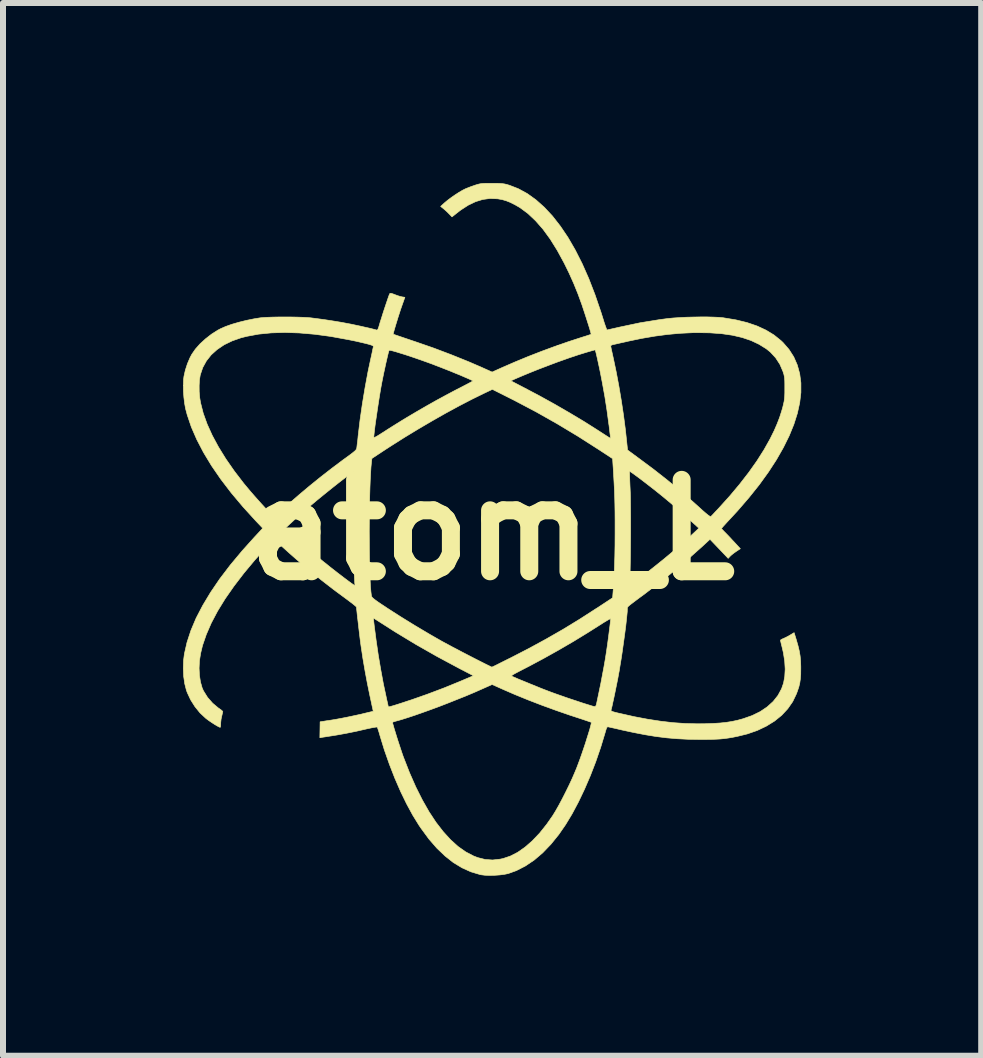
<source format=kicad_pcb>
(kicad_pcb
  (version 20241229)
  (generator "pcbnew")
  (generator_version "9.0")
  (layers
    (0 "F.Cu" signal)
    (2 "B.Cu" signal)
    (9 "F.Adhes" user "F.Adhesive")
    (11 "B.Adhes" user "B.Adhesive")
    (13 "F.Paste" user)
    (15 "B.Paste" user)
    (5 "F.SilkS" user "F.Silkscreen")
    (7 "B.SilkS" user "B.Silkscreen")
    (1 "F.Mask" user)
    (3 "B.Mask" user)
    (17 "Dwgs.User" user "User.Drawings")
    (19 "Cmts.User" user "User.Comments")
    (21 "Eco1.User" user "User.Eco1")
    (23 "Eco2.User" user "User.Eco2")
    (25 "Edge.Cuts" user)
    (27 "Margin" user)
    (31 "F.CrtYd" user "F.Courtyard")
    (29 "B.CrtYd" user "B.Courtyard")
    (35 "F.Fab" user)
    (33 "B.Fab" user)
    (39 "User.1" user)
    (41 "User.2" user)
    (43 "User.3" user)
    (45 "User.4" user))
  (footprint "atom_L"
    (layer "F.Cu")
    (at 5.154 5.782)
    (property "Reference" "atom_L" (at 0 0 0) (layer "F.SilkS") (effects (font (size 1.524 1.524) (thickness 0.3))))
    (attr through_hole)
    (fp_poly (pts (xy 0.069 0.576) (xy 0.11 0.601) (xy 0.137 0.638) (xy 0.144 0.657) (xy 0.143 0.702) (xy 0.126 0.746) (xy 0.096 0.781) (xy 0.082 0.79) (xy 0.035 0.806) (xy -0.01 0.802) (xy -0.042 0.786) (xy -0.078 0.753) (xy -0.095 0.713) (xy -0.097 0.669) (xy -0.083 0.628) (xy -0.055 0.594) (xy -0.015 0.572) (xy 0.023 0.566) (xy 0.069 0.576)) (stroke (width 0.01) (type solid)) (fill yes) (layer "F.Mask"))
    (fp_poly (pts (xy 0.052 -0.803) (xy 0.076 -0.793) (xy 0.113 -0.764) (xy 0.138 -0.722) (xy 0.147 -0.676) (xy 0.144 -0.659) (xy 0.124 -0.616) (xy 0.088 -0.584) (xy 0.043 -0.564) (xy -0.006 -0.562) (xy -0.007 -0.562) (xy -0.031 -0.573) (xy -0.058 -0.595) (xy -0.065 -0.601) (xy -0.092 -0.644) (xy -0.099 -0.69) (xy -0.087 -0.735) (xy -0.059 -0.772) (xy -0.015 -0.797) (xy -0.011 -0.798) (xy 0.024 -0.806) (xy 0.052 -0.803)) (stroke (width 0.01) (type solid)) (fill yes) (layer "F.Mask"))
    (fp_poly (pts (xy 4.61 0.492) (xy 4.715 0.517) (xy 4.813 0.562) (xy 4.904 0.628) (xy 4.938 0.661) (xy 5.009 0.748) (xy 5.058 0.84) (xy 5.086 0.94) (xy 5.095 1.051) (xy 5.095 1.052) (xy 5.083 1.159) (xy 5.051 1.261) (xy 5 1.356) (xy 4.933 1.44) (xy 4.852 1.509) (xy 4.758 1.562) (xy 4.737 1.57) (xy 4.673 1.588) (xy 4.596 1.599) (xy 4.515 1.602) (xy 4.44 1.597) (xy 4.388 1.587) (xy 4.283 1.546) (xy 4.19 1.486) (xy 4.11 1.409) (xy 4.046 1.316) (xy 4.008 1.233) (xy 3.981 1.129) (xy 3.976 1.023) (xy 3.991 0.919) (xy 4.025 0.82) (xy 4.077 0.729) (xy 4.146 0.648) (xy 4.23 0.581) (xy 4.287 0.548) (xy 4.394 0.508) (xy 4.503 0.489) (xy 4.61 0.492)) (stroke (width 0.01) (type solid)) (fill yes) (layer "F.Mask"))
    (fp_poly (pts (xy -1.259 -5.25) (xy -1.156 -5.23) (xy -1.059 -5.192) (xy -0.971 -5.136) (xy -0.895 -5.065) (xy -0.832 -4.98) (xy -0.786 -4.883) (xy -0.767 -4.816) (xy -0.754 -4.708) (xy -0.762 -4.601) (xy -0.79 -4.499) (xy -0.835 -4.404) (xy -0.898 -4.319) (xy -0.975 -4.248) (xy -1.065 -4.192) (xy -1.122 -4.168) (xy -1.2 -4.149) (xy -1.286 -4.139) (xy -1.371 -4.139) (xy -1.446 -4.15) (xy -1.446 -4.15) (xy -1.539 -4.183) (xy -1.622 -4.23) (xy -1.701 -4.297) (xy -1.709 -4.305) (xy -1.777 -4.385) (xy -1.825 -4.467) (xy -1.855 -4.556) (xy -1.869 -4.658) (xy -1.87 -4.702) (xy -1.861 -4.807) (xy -1.834 -4.902) (xy -1.786 -4.991) (xy -1.716 -5.077) (xy -1.641 -5.145) (xy -1.56 -5.195) (xy -1.474 -5.229) (xy -1.366 -5.251) (xy -1.259 -5.25)) (stroke (width 0.01) (type solid)) (fill yes) (layer "F.Mask"))
    (fp_poly (pts (xy -3.555 2.701) (xy -3.55 2.702) (xy -3.442 2.74) (xy -3.344 2.797) (xy -3.257 2.871) (xy -3.186 2.959) (xy -3.132 3.059) (xy -3.1 3.155) (xy -3.083 3.272) (xy -3.09 3.385) (xy -3.118 3.493) (xy -3.168 3.596) (xy -3.241 3.691) (xy -3.263 3.715) (xy -3.343 3.785) (xy -3.427 3.837) (xy -3.522 3.872) (xy -3.574 3.885) (xy -3.648 3.898) (xy -3.713 3.9) (xy -3.778 3.893) (xy -3.816 3.885) (xy -3.93 3.848) (xy -4.032 3.793) (xy -4.12 3.719) (xy -4.194 3.63) (xy -4.25 3.526) (xy -4.276 3.453) (xy -4.293 3.363) (xy -4.294 3.264) (xy -4.281 3.163) (xy -4.255 3.068) (xy -4.228 3.008) (xy -4.198 2.962) (xy -4.155 2.91) (xy -4.104 2.857) (xy -4.051 2.809) (xy -4.002 2.771) (xy -3.977 2.757) (xy -3.877 2.717) (xy -3.768 2.694) (xy -3.659 2.688) (xy -3.555 2.701)) (stroke (width 0.01) (type solid)) (fill yes) (layer "F.Mask"))
    (fp_poly (pts (xy 0.032 -1.608) (xy 0.074 -1.602) (xy 0.119 -1.588) (xy 0.13 -1.583) (xy 0.15 -1.569) (xy 0.185 -1.54) (xy 0.234 -1.495) (xy 0.298 -1.434) (xy 0.378 -1.357) (xy 0.473 -1.264) (xy 0.583 -1.155) (xy 0.658 -1.08) (xy 1.137 -0.6) (xy 0.635 -0.099) (xy 0.532 0.005) (xy 0.443 0.093) (xy 0.369 0.167) (xy 0.306 0.229) (xy 0.255 0.278) (xy 0.214 0.317) (xy 0.182 0.347) (xy 0.157 0.368) (xy 0.138 0.383) (xy 0.124 0.391) (xy 0.114 0.395) (xy 0.107 0.396) (xy 0.104 0.395) (xy 0.042 0.387) (xy -0.028 0.393) (xy -0.093 0.411) (xy -0.111 0.419) (xy -0.177 0.465) (xy -0.227 0.524) (xy -0.26 0.592) (xy -0.274 0.667) (xy -0.269 0.744) (xy -0.244 0.818) (xy -0.21 0.866) (xy -0.163 0.912) (xy -0.111 0.949) (xy -0.064 0.97) (xy 0.017 0.982) (xy 0.094 0.973) (xy 0.164 0.947) (xy 0.225 0.904) (xy 0.272 0.847) (xy 0.304 0.779) (xy 0.317 0.7) (xy 0.317 0.693) (xy 0.316 0.65) (xy 0.313 0.614) (xy 0.309 0.594) (xy 0.309 0.588) (xy 0.315 0.576) (xy 0.326 0.56) (xy 0.345 0.537) (xy 0.373 0.506) (xy 0.41 0.466) (xy 0.458 0.417) (xy 0.518 0.356) (xy 0.59 0.282) (xy 0.677 0.195) (xy 0.778 0.093) (xy 0.802 0.069) (xy 1.304 -0.433) (xy 1.438 -0.3) (xy 1.502 -0.235) (xy 1.551 -0.182) (xy 1.586 -0.138) (xy 1.61 -0.1) (xy 1.624 -0.065) (xy 1.63 -0.029) (xy 1.632 -0.001) (xy 1.627 0.052) (xy 1.615 0.097) (xy 1.611 0.104) (xy 1.6 0.119) (xy 1.573 0.148) (xy 1.533 0.191) (xy 1.481 0.246) (xy 1.418 0.311) (xy 1.347 0.385) (xy 1.267 0.466) (xy 1.181 0.553) (xy 1.09 0.645) (xy 0.997 0.74) (xy 0.901 0.836) (xy 0.805 0.932) (xy 0.709 1.027) (xy 0.617 1.12) (xy 0.528 1.207) (xy 0.445 1.29) (xy 0.369 1.364) (xy 0.301 1.431) (xy 0.243 1.487) (xy 0.196 1.531) (xy 0.162 1.562) (xy 0.142 1.579) (xy 0.139 1.581) (xy 0.081 1.602) (xy 0.019 1.61) (xy -0.031 1.606) (xy -0.065 1.593) (xy -0.102 1.574) (xy -0.106 1.572) (xy -0.121 1.56) (xy -0.151 1.533) (xy -0.193 1.492) (xy -0.248 1.439) (xy -0.312 1.377) (xy -0.385 1.306) (xy -0.464 1.227) (xy -0.549 1.143) (xy -0.618 1.074) (xy -1.091 0.6) (xy -0.589 0.099) (xy -0.087 -0.403) (xy -0.032 -0.39) (xy 0.042 -0.384) (xy 0.115 -0.399) (xy 0.184 -0.434) (xy 0.244 -0.485) (xy 0.283 -0.536) (xy 0.301 -0.569) (xy 0.312 -0.598) (xy 0.316 -0.633) (xy 0.317 -0.68) (xy 0.311 -0.754) (xy 0.292 -0.814) (xy 0.258 -0.867) (xy 0.229 -0.897) (xy 0.164 -0.945) (xy 0.093 -0.972) (xy 0.018 -0.98) (xy -0.056 -0.969) (xy -0.125 -0.94) (xy -0.186 -0.894) (xy -0.236 -0.83) (xy -0.246 -0.814) (xy -0.261 -0.769) (xy -0.27 -0.711) (xy -0.271 -0.652) (xy -0.263 -0.601) (xy -0.263 -0.6) (xy -0.262 -0.593) (xy -0.265 -0.584) (xy -0.272 -0.571) (xy -0.284 -0.555) (xy -0.303 -0.532) (xy -0.329 -0.503) (xy -0.365 -0.465) (xy -0.41 -0.418) (xy -0.467 -0.359) (xy -0.537 -0.289) (xy -0.62 -0.206) (xy -0.718 -0.108) (xy -0.757 -0.069) (xy -1.258 0.433) (xy -1.397 0.294) (xy -1.449 0.241) (xy -1.495 0.191) (xy -1.531 0.148) (xy -1.555 0.116) (xy -1.56 0.106) (xy -1.581 0.038) (xy -1.582 -0.033) (xy -1.562 -0.102) (xy -1.56 -0.106) (xy -1.549 -0.122) (xy -1.526 -0.15) (xy -1.489 -0.19) (xy -1.44 -0.243) (xy -1.377 -0.309) (xy -1.299 -0.388) (xy -1.207 -0.482) (xy -1.099 -0.591) (xy -0.976 -0.714) (xy -0.837 -0.853) (xy -0.823 -0.867) (xy -0.696 -0.994) (xy -0.584 -1.105) (xy -0.487 -1.203) (xy -0.402 -1.286) (xy -0.329 -1.358) (xy -0.267 -1.418) (xy -0.215 -1.467) (xy -0.171 -1.507) (xy -0.134 -1.539) (xy -0.103 -1.563) (xy -0.078 -1.581) (xy -0.056 -1.594) (xy -0.038 -1.602) (xy -0.02 -1.606) (xy -0.004 -1.608) (xy 0.013 -1.608) (xy 0.032 -1.608)) (stroke (width 0.01) (type solid)) (fill yes) (layer "F.Mask"))
    (fp_poly (pts (xy 0.067 -5.777) (xy 0.121 -5.775) (xy 0.164 -5.772) (xy 0.201 -5.767) (xy 0.237 -5.759) (xy 0.278 -5.747) (xy 0.282 -5.746) (xy 0.434 -5.687) (xy 0.583 -5.606) (xy 0.728 -5.502) (xy 0.868 -5.377) (xy 1.004 -5.231) (xy 1.135 -5.063) (xy 1.262 -4.875) (xy 1.383 -4.666) (xy 1.499 -4.437) (xy 1.609 -4.188) (xy 1.713 -3.919) (xy 1.811 -3.632) (xy 1.846 -3.521) (xy 1.865 -3.459) (xy 1.883 -3.406) (xy 1.898 -3.365) (xy 1.908 -3.339) (xy 1.913 -3.333) (xy 1.927 -3.336) (xy 1.959 -3.343) (xy 2.007 -3.354) (xy 2.065 -3.367) (xy 2.126 -3.381) (xy 2.462 -3.452) (xy 2.788 -3.505) (xy 2.924 -3.523) (xy 3.015 -3.532) (xy 3.12 -3.539) (xy 3.234 -3.545) (xy 3.352 -3.548) (xy 3.47 -3.55) (xy 3.584 -3.55) (xy 3.688 -3.547) (xy 3.779 -3.543) (xy 3.851 -3.536) (xy 3.856 -3.535) (xy 4.061 -3.501) (xy 4.246 -3.456) (xy 4.413 -3.399) (xy 4.562 -3.33) (xy 4.694 -3.25) (xy 4.811 -3.156) (xy 4.845 -3.124) (xy 4.945 -3.009) (xy 5.025 -2.884) (xy 5.084 -2.749) (xy 5.124 -2.604) (xy 5.144 -2.451) (xy 5.144 -2.289) (xy 5.124 -2.12) (xy 5.085 -1.943) (xy 5.027 -1.76) (xy 4.949 -1.569) (xy 4.852 -1.373) (xy 4.737 -1.171) (xy 4.603 -0.965) (xy 4.45 -0.753) (xy 4.278 -0.538) (xy 4.089 -0.319) (xy 3.956 -0.175) (xy 3.912 -0.128) (xy 3.874 -0.086) (xy 3.844 -0.053) (xy 3.826 -0.031) (xy 3.822 -0.024) (xy 3.829 -0.012) (xy 3.849 0.009) (xy 3.863 0.024) (xy 3.886 0.047) (xy 3.921 0.083) (xy 3.963 0.127) (xy 4.007 0.175) (xy 4.02 0.188) (xy 4.135 0.313) (xy 4.068 0.357) (xy 4.027 0.386) (xy 3.989 0.416) (xy 3.966 0.437) (xy 3.932 0.474) (xy 3.781 0.315) (xy 3.629 0.156) (xy 3.497 0.278) (xy 3.206 0.537) (xy 2.894 0.795) (xy 2.559 1.052) (xy 2.54 1.067) (xy 2.459 1.126) (xy 2.395 1.174) (xy 2.346 1.211) (xy 2.309 1.239) (xy 2.283 1.26) (xy 2.266 1.275) (xy 2.257 1.287) (xy 2.252 1.296) (xy 2.251 1.305) (xy 2.251 1.315) (xy 2.251 1.32) (xy 2.25 1.362) (xy 2.244 1.423) (xy 2.236 1.501) (xy 2.226 1.593) (xy 2.213 1.695) (xy 2.198 1.805) (xy 2.182 1.919) (xy 2.166 2.034) (xy 2.149 2.147) (xy 2.131 2.255) (xy 2.115 2.355) (xy 2.106 2.401) (xy 2.093 2.474) (xy 2.077 2.554) (xy 2.06 2.637) (xy 2.043 2.721) (xy 2.026 2.802) (xy 2.01 2.874) (xy 1.997 2.935) (xy 1.986 2.98) (xy 1.979 3.004) (xy 1.98 3.012) (xy 1.991 3.021) (xy 2.014 3.03) (xy 2.053 3.041) (xy 2.111 3.055) (xy 2.121 3.057) (xy 2.365 3.112) (xy 2.592 3.155) (xy 2.807 3.188) (xy 3.013 3.212) (xy 3.215 3.226) (xy 3.415 3.231) (xy 3.547 3.23) (xy 3.681 3.225) (xy 3.797 3.218) (xy 3.901 3.207) (xy 3.996 3.192) (xy 4.089 3.172) (xy 4.18 3.147) (xy 4.331 3.094) (xy 4.466 3.028) (xy 4.583 2.949) (xy 4.682 2.859) (xy 4.762 2.758) (xy 4.822 2.647) (xy 4.855 2.552) (xy 4.875 2.443) (xy 4.882 2.32) (xy 4.874 2.187) (xy 4.852 2.047) (xy 4.831 1.956) (xy 4.819 1.909) (xy 4.81 1.87) (xy 4.804 1.845) (xy 4.803 1.838) (xy 4.813 1.829) (xy 4.837 1.816) (xy 4.854 1.809) (xy 4.893 1.791) (xy 4.939 1.767) (xy 4.968 1.75) (xy 5.031 1.712) (xy 5.067 1.829) (xy 5.096 1.93) (xy 5.117 2.018) (xy 5.131 2.1) (xy 5.139 2.184) (xy 5.142 2.276) (xy 5.142 2.315) (xy 5.141 2.408) (xy 5.135 2.484) (xy 5.125 2.553) (xy 5.109 2.619) (xy 5.084 2.692) (xy 5.069 2.733) (xy 5.007 2.862) (xy 4.925 2.98) (xy 4.824 3.089) (xy 4.704 3.186) (xy 4.568 3.27) (xy 4.417 3.342) (xy 4.25 3.4) (xy 4.087 3.44) (xy 4.008 3.456) (xy 3.937 3.468) (xy 3.871 3.477) (xy 3.803 3.484) (xy 3.73 3.488) (xy 3.647 3.491) (xy 3.55 3.492) (xy 3.446 3.492) (xy 3.261 3.489) (xy 3.083 3.48) (xy 2.908 3.465) (xy 2.731 3.443) (xy 2.547 3.413) (xy 2.351 3.375) (xy 2.165 3.335) (xy 2.097 3.319) (xy 2.036 3.305) (xy 1.986 3.294) (xy 1.95 3.286) (xy 1.933 3.282) (xy 1.921 3.282) (xy 1.911 3.291) (xy 1.901 3.313) (xy 1.889 3.351) (xy 1.883 3.373) (xy 1.808 3.621) (xy 1.725 3.863) (xy 1.634 4.098) (xy 1.537 4.323) (xy 1.436 4.535) (xy 1.331 4.732) (xy 1.223 4.911) (xy 1.113 5.07) (xy 1.113 5.071) (xy 0.979 5.237) (xy 0.841 5.381) (xy 0.699 5.502) (xy 0.552 5.601) (xy 0.402 5.678) (xy 0.266 5.727) (xy 0.203 5.74) (xy 0.126 5.75) (xy 0.041 5.756) (xy -0.044 5.758) (xy -0.123 5.755) (xy -0.188 5.747) (xy -0.202 5.744) (xy -0.356 5.698) (xy -0.504 5.631) (xy -0.648 5.544) (xy -0.787 5.434) (xy -0.923 5.304) (xy -1.056 5.151) (xy -1.185 4.975) (xy -1.22 4.924) (xy -1.325 4.754) (xy -1.428 4.564) (xy -1.528 4.358) (xy -1.624 4.137) (xy -1.714 3.906) (xy -1.798 3.667) (xy -1.871 3.429) (xy -1.886 3.376) (xy -1.9 3.332) (xy -1.911 3.3) (xy -1.917 3.286) (xy -1.931 3.285) (xy -1.963 3.29) (xy -2.009 3.298) (xy -2.065 3.31) (xy -2.097 3.317) (xy -2.263 3.355) (xy -2.43 3.389) (xy -2.59 3.418) (xy -2.69 3.434) (xy -2.744 3.442) (xy -2.792 3.45) (xy -2.828 3.455) (xy -2.842 3.458) (xy -2.873 3.463) (xy -2.869 3.208) (xy -1.663 3.208) (xy -1.659 3.225) (xy -1.649 3.26) (xy -1.635 3.31) (xy -1.616 3.371) (xy -1.595 3.44) (xy -1.572 3.513) (xy -1.548 3.586) (xy -1.525 3.656) (xy -1.504 3.719) (xy -1.486 3.771) (xy -1.478 3.792) (xy -1.378 4.048) (xy -1.274 4.284) (xy -1.165 4.501) (xy -1.053 4.698) (xy -0.937 4.874) (xy -0.817 5.029) (xy -0.695 5.163) (xy -0.57 5.276) (xy -0.442 5.366) (xy -0.312 5.434) (xy -0.242 5.461) (xy -0.119 5.492) (xy 0.005 5.501) (xy 0.131 5.487) (xy 0.179 5.477) (xy 0.301 5.436) (xy 0.424 5.373) (xy 0.547 5.287) (xy 0.668 5.181) (xy 0.789 5.054) (xy 0.907 4.906) (xy 1.007 4.763) (xy 1.055 4.685) (xy 1.109 4.59) (xy 1.166 4.483) (xy 1.224 4.369) (xy 1.281 4.253) (xy 1.334 4.139) (xy 1.38 4.032) (xy 1.405 3.972) (xy 1.433 3.898) (xy 1.463 3.817) (xy 1.493 3.732) (xy 1.523 3.644) (xy 1.552 3.558) (xy 1.578 3.474) (xy 1.602 3.398) (xy 1.623 3.33) (xy 1.638 3.275) (xy 1.648 3.234) (xy 1.651 3.211) (xy 1.65 3.206) (xy 1.638 3.202) (xy 1.607 3.191) (xy 1.56 3.175) (xy 1.498 3.154) (xy 1.424 3.13) (xy 1.342 3.103) (xy 1.287 3.085) (xy 1.059 3.006) (xy 0.826 2.921) (xy 0.595 2.832) (xy 0.372 2.741) (xy 0.181 2.658) (xy -0.002 2.576) (xy -0.171 2.651) (xy -0.3 2.708) (xy -0.438 2.766) (xy -0.583 2.824) (xy -0.731 2.883) (xy -0.878 2.94) (xy -1.024 2.994) (xy -1.163 3.044) (xy -1.294 3.09) (xy -1.412 3.129) (xy -1.517 3.162) (xy -1.603 3.186) (xy -1.611 3.188) (xy -1.641 3.197) (xy -1.66 3.205) (xy -1.663 3.208) (xy -2.869 3.208) (xy -2.869 3.198) (xy -2.834 3.192) (xy -2.805 3.188) (xy -2.763 3.181) (xy -2.719 3.175) (xy -2.625 3.16) (xy -2.516 3.14) (xy -2.4 3.117) (xy -2.283 3.092) (xy -2.173 3.068) (xy -2.155 3.063) (xy -1.983 3.022) (xy -1.99 2.992) (xy -1.994 2.971) (xy -2.003 2.932) (xy -2.014 2.879) (xy -2.028 2.815) (xy -2.043 2.746) (xy -2.043 2.745) (xy -2.082 2.555) (xy -2.12 2.351) (xy -2.156 2.141) (xy -2.181 1.974) (xy -2.188 1.928) (xy -2.196 1.869) (xy -2.205 1.798) (xy -2.214 1.721) (xy -2.224 1.64) (xy -2.233 1.56) (xy -2.242 1.483) (xy -2.244 1.466) (xy -1.982 1.466) (xy -1.967 1.596) (xy -1.935 1.842) (xy -1.899 2.089) (xy -1.858 2.331) (xy -1.815 2.563) (xy -1.772 2.764) (xy -1.759 2.826) (xy -1.747 2.878) (xy -1.738 2.919) (xy -1.733 2.944) (xy -1.732 2.949) (xy -1.721 2.948) (xy -1.691 2.941) (xy -1.642 2.927) (xy -1.578 2.907) (xy -1.5 2.882) (xy -1.41 2.852) (xy -1.351 2.833) (xy -1.078 2.737) (xy -0.8 2.632) (xy -0.536 2.524) (xy -0.326 2.435) (xy 0.323 2.435) (xy 0.324 2.436) (xy 0.344 2.446) (xy 0.382 2.462) (xy 0.434 2.485) (xy 0.498 2.511) (xy 0.569 2.54) (xy 0.644 2.571) (xy 0.721 2.602) (xy 0.794 2.632) (xy 0.862 2.659) (xy 0.92 2.681) (xy 0.932 2.686) (xy 0.994 2.709) (xy 1.066 2.735) (xy 1.146 2.763) (xy 1.231 2.793) (xy 1.317 2.822) (xy 1.402 2.85) (xy 1.482 2.877) (xy 1.554 2.9) (xy 1.616 2.919) (xy 1.663 2.934) (xy 1.695 2.942) (xy 1.704 2.944) (xy 1.72 2.94) (xy 1.731 2.923) (xy 1.74 2.89) (xy 1.74 2.889) (xy 1.777 2.713) (xy 1.81 2.555) (xy 1.837 2.411) (xy 1.862 2.279) (xy 1.884 2.153) (xy 1.903 2.031) (xy 1.921 1.908) (xy 1.938 1.781) (xy 1.945 1.726) (xy 1.954 1.655) (xy 1.962 1.592) (xy 1.968 1.539) (xy 1.972 1.502) (xy 1.974 1.483) (xy 1.974 1.481) (xy 1.965 1.482) (xy 1.94 1.494) (xy 1.903 1.516) (xy 1.856 1.544) (xy 1.827 1.563) (xy 1.595 1.71) (xy 1.353 1.858) (xy 1.104 2.003) (xy 0.857 2.141) (xy 0.616 2.27) (xy 0.451 2.355) (xy 0.39 2.387) (xy 0.349 2.41) (xy 0.327 2.426) (xy 0.323 2.435) (xy -0.326 2.435) (xy -0.314 2.43) (xy -0.547 2.309) (xy -0.918 2.11) (xy -1.275 1.907) (xy -1.625 1.695) (xy -1.952 1.486) (xy -1.982 1.466) (xy -2.244 1.466) (xy -2.25 1.414) (xy -2.256 1.356) (xy -2.261 1.313) (xy -2.263 1.289) (xy -2.263 1.286) (xy -2.272 1.275) (xy -2.297 1.254) (xy -2.334 1.224) (xy -2.382 1.188) (xy -2.427 1.154) (xy -2.641 0.996) (xy -2.855 0.83) (xy -3.064 0.661) (xy -3.262 0.492) (xy -3.387 0.382) (xy -3.44 0.334) (xy -3.491 0.288) (xy -3.537 0.247) (xy -3.572 0.216) (xy -3.588 0.202) (xy -3.64 0.156) (xy -3.743 0.266) (xy -3.951 0.495) (xy -4.138 0.719) (xy -4.305 0.937) (xy -4.452 1.148) (xy -4.578 1.353) (xy -4.683 1.552) (xy -4.766 1.743) (xy -4.829 1.926) (xy -4.861 2.059) (xy -4.88 2.181) (xy -4.886 2.304) (xy -4.88 2.424) (xy -4.863 2.534) (xy -4.835 2.632) (xy -4.814 2.68) (xy -4.745 2.791) (xy -4.66 2.888) (xy -4.562 2.97) (xy -4.552 2.976) (xy -4.521 2.998) (xy -4.499 3.017) (xy -4.491 3.026) (xy -4.494 3.041) (xy -4.501 3.072) (xy -4.508 3.102) (xy -4.519 3.152) (xy -4.525 3.205) (xy -4.526 3.229) (xy -4.527 3.263) (xy -4.531 3.286) (xy -4.535 3.29) (xy -4.552 3.284) (xy -4.584 3.267) (xy -4.625 3.243) (xy -4.671 3.213) (xy -4.717 3.182) (xy -4.758 3.152) (xy -4.777 3.137) (xy -4.87 3.05) (xy -4.955 2.945) (xy -5.027 2.831) (xy -5.083 2.711) (xy -5.097 2.673) (xy -5.125 2.564) (xy -5.143 2.44) (xy -5.149 2.309) (xy -5.145 2.177) (xy -5.131 2.066) (xy -5.087 1.873) (xy -5.022 1.675) (xy -4.935 1.469) (xy -4.825 1.258) (xy -4.694 1.04) (xy -4.541 0.815) (xy -4.365 0.584) (xy -4.167 0.347) (xy -3.965 0.122) (xy -3.827 -0.026) (xy -3.451 -0.026) (xy -3.304 0.107) (xy -3.199 0.202) (xy -3.102 0.287) (xy -3.006 0.369) (xy -2.906 0.453) (xy -2.794 0.545) (xy -2.782 0.553) (xy -2.716 0.607) (xy -2.646 0.662) (xy -2.577 0.716) (xy -2.509 0.768) (xy -2.447 0.815) (xy -2.392 0.856) (xy -2.347 0.889) (xy -2.314 0.912) (xy -2.296 0.923) (xy -2.293 0.924) (xy -2.288 0.914) (xy -2.29 0.898) (xy -2.292 0.88) (xy -2.294 0.842) (xy -2.297 0.788) (xy -2.301 0.719) (xy -2.305 0.639) (xy -2.308 0.551) (xy -2.31 0.508) (xy -2.314 0.374) (xy -2.317 0.225) (xy -2.318 0.067) (xy -2.318 0.021) (xy -2.05 0.021) (xy -2.049 0.175) (xy -2.048 0.325) (xy -2.046 0.469) (xy -2.043 0.605) (xy -2.04 0.731) (xy -2.035 0.844) (xy -2.03 0.941) (xy -2.023 1.022) (xy -2.016 1.082) (xy -2.013 1.101) (xy -2.008 1.113) (xy -1.998 1.127) (xy -1.979 1.144) (xy -1.95 1.167) (xy -1.909 1.197) (xy -1.853 1.235) (xy -1.78 1.283) (xy -1.757 1.299) (xy -1.526 1.447) (xy -1.283 1.597) (xy -1.035 1.744) (xy -0.843 1.854) (xy -0.795 1.88) (xy -0.735 1.912) (xy -0.665 1.95) (xy -0.588 1.99) (xy -0.507 2.033) (xy -0.424 2.076) (xy -0.341 2.119) (xy -0.263 2.159) (xy -0.19 2.196) (xy -0.125 2.229) (xy -0.072 2.255) (xy -0.033 2.274) (xy -0.01 2.285) (xy -0.006 2.286) (xy 0.006 2.281) (xy 0.036 2.267) (xy 0.081 2.245) (xy 0.138 2.216) (xy 0.206 2.182) (xy 0.282 2.144) (xy 0.309 2.131) (xy 0.613 1.974) (xy 0.901 1.817) (xy 1.18 1.657) (xy 1.457 1.488) (xy 1.739 1.306) (xy 1.745 1.303) (xy 2.006 1.131) (xy 2.013 1.042) (xy 2.024 0.899) (xy 2.024 0.885) (xy 2.288 0.885) (xy 2.288 0.913) (xy 2.291 0.924) (xy 2.291 0.924) (xy 2.302 0.917) (xy 2.329 0.899) (xy 2.367 0.871) (xy 2.413 0.837) (xy 2.439 0.818) (xy 2.579 0.71) (xy 2.723 0.596) (xy 2.867 0.48) (xy 3.007 0.363) (xy 3.139 0.25) (xy 3.259 0.143) (xy 3.341 0.067) (xy 3.444 -0.029) (xy 3.278 -0.18) (xy 3.127 -0.315) (xy 2.985 -0.438) (xy 2.846 -0.554) (xy 2.703 -0.669) (xy 2.551 -0.787) (xy 2.466 -0.852) (xy 2.412 -0.892) (xy 2.364 -0.927) (xy 2.326 -0.954) (xy 2.3 -0.971) (xy 2.289 -0.977) (xy 2.289 -0.977) (xy 2.288 -0.964) (xy 2.289 -0.932) (xy 2.29 -0.883) (xy 2.292 -0.82) (xy 2.295 -0.747) (xy 2.298 -0.683) (xy 2.301 -0.617) (xy 2.303 -0.533) (xy 2.304 -0.435) (xy 2.305 -0.326) (xy 2.306 -0.207) (xy 2.306 -0.082) (xy 2.306 0.046) (xy 2.305 0.174) (xy 2.304 0.299) (xy 2.303 0.42) (xy 2.301 0.531) (xy 2.299 0.632) (xy 2.297 0.719) (xy 2.294 0.789) (xy 2.291 0.839) (xy 2.29 0.846) (xy 2.288 0.885) (xy 2.024 0.885) (xy 2.032 0.752) (xy 2.038 0.599) (xy 2.043 0.436) (xy 2.046 0.258) (xy 2.047 0.062) (xy 2.047 -0.012) (xy 2.047 -0.166) (xy 2.046 -0.302) (xy 2.044 -0.426) (xy 2.041 -0.542) (xy 2.037 -0.656) (xy 2.031 -0.773) (xy 2.024 -0.897) (xy 2.016 -1.034) (xy 2.013 -1.076) (xy 2.006 -1.188) (xy 1.779 -1.337) (xy 1.43 -1.56) (xy 1.084 -1.768) (xy 0.734 -1.966) (xy 0.37 -2.158) (xy 0.235 -2.226) (xy 0.002 -2.343) (xy -0.135 -2.278) (xy -0.335 -2.18) (xy -0.549 -2.069) (xy -0.772 -1.948) (xy -1.001 -1.818) (xy -1.231 -1.683) (xy -1.46 -1.544) (xy -1.681 -1.404) (xy -1.791 -1.333) (xy -2.006 -1.191) (xy -2.013 -1.129) (xy -2.021 -1.05) (xy -2.027 -0.953) (xy -2.033 -0.841) (xy -2.038 -0.716) (xy -2.042 -0.58) (xy -2.045 -0.436) (xy -2.048 -0.287) (xy -2.049 -0.133) (xy -2.05 0.021) (xy -2.318 0.021) (xy -2.318 -0.096) (xy -2.316 -0.258) (xy -2.313 -0.417) (xy -2.309 -0.565) (xy -2.304 -0.7) (xy -2.298 -0.808) (xy -2.294 -0.867) (xy -2.292 -0.918) (xy -2.291 -0.956) (xy -2.291 -0.977) (xy -2.292 -0.98) (xy -2.303 -0.975) (xy -2.33 -0.958) (xy -2.371 -0.929) (xy -2.424 -0.89) (xy -2.487 -0.842) (xy -2.558 -0.787) (xy -2.634 -0.727) (xy -2.714 -0.663) (xy -2.796 -0.597) (xy -2.878 -0.53) (xy -2.927 -0.49) (xy -3.015 -0.416) (xy -3.091 -0.352) (xy -3.158 -0.293) (xy -3.223 -0.236) (xy -3.291 -0.175) (xy -3.366 -0.105) (xy -3.368 -0.104) (xy -3.451 -0.026) (xy -3.827 -0.026) (xy -3.825 -0.029) (xy -3.94 -0.15) (xy -4.155 -0.386) (xy -4.35 -0.618) (xy -4.525 -0.847) (xy -4.679 -1.071) (xy -4.812 -1.291) (xy -4.924 -1.506) (xy -5.015 -1.715) (xy -5.084 -1.919) (xy -5.111 -2.02) (xy -5.127 -2.108) (xy -5.139 -2.207) (xy -5.147 -2.311) (xy -5.148 -2.404) (xy -4.885 -2.404) (xy -4.884 -2.302) (xy -4.875 -2.2) (xy -4.861 -2.117) (xy -4.817 -1.945) (xy -4.752 -1.764) (xy -4.667 -1.576) (xy -4.563 -1.383) (xy -4.44 -1.184) (xy -4.299 -0.981) (xy -4.141 -0.775) (xy -4.024 -0.635) (xy -3.969 -0.572) (xy -3.912 -0.508) (xy -3.855 -0.444) (xy -3.8 -0.384) (xy -3.75 -0.33) (xy -3.706 -0.285) (xy -3.671 -0.249) (xy -3.646 -0.227) (xy -3.635 -0.219) (xy -3.623 -0.227) (xy -3.598 -0.247) (xy -3.564 -0.277) (xy -3.529 -0.31) (xy -3.381 -0.445) (xy -3.218 -0.587) (xy -3.043 -0.734) (xy -2.86 -0.882) (xy -2.675 -1.026) (xy -2.49 -1.165) (xy -2.425 -1.212) (xy -2.365 -1.256) (xy -2.322 -1.289) (xy -2.292 -1.314) (xy -2.273 -1.333) (xy -2.263 -1.349) (xy -2.258 -1.365) (xy -2.258 -1.366) (xy -2.255 -1.39) (xy -2.25 -1.433) (xy -2.243 -1.487) (xy -2.237 -1.545) (xy -1.974 -1.545) (xy -1.97 -1.541) (xy -1.955 -1.545) (xy -1.927 -1.559) (xy -1.886 -1.584) (xy -1.828 -1.621) (xy -1.81 -1.632) (xy -1.747 -1.673) (xy -1.671 -1.721) (xy -1.588 -1.773) (xy -1.504 -1.825) (xy -1.425 -1.873) (xy -1.42 -1.876) (xy -1.263 -1.969) (xy -1.099 -2.064) (xy -0.934 -2.157) (xy -0.772 -2.245) (xy -0.62 -2.326) (xy -0.522 -2.376) (xy -0.461 -2.408) (xy -0.407 -2.436) (xy -0.364 -2.459) (xy -0.335 -2.475) (xy -0.323 -2.483) (xy -0.323 -2.484) (xy -0.325 -2.485) (xy 0.31 -2.485) (xy 0.527 -2.372) (xy 0.783 -2.237) (xy 1.038 -2.096) (xy 1.287 -1.952) (xy 1.526 -1.809) (xy 1.749 -1.668) (xy 1.795 -1.638) (xy 1.851 -1.602) (xy 1.899 -1.571) (xy 1.937 -1.547) (xy 1.962 -1.532) (xy 1.97 -1.528) (xy 1.97 -1.539) (xy 1.967 -1.57) (xy 1.961 -1.617) (xy 1.954 -1.677) (xy 1.946 -1.745) (xy 1.944 -1.755) (xy 1.912 -1.993) (xy 1.877 -2.219) (xy 1.836 -2.445) (xy 1.817 -2.544) (xy 1.801 -2.626) (xy 1.784 -2.708) (xy 1.767 -2.786) (xy 1.752 -2.856) (xy 1.738 -2.916) (xy 1.727 -2.962) (xy 1.718 -2.991) (xy 1.715 -3) (xy 1.702 -2.998) (xy 1.672 -2.99) (xy 1.626 -2.977) (xy 1.568 -2.96) (xy 1.503 -2.94) (xy 1.432 -2.918) (xy 1.361 -2.894) (xy 1.291 -2.871) (xy 1.235 -2.851) (xy 1.083 -2.797) (xy 0.929 -2.739) (xy 0.777 -2.681) (xy 0.632 -2.623) (xy 0.499 -2.568) (xy 0.382 -2.518) (xy 0.36 -2.508) (xy 0.31 -2.485) (xy -0.325 -2.485) (xy -0.334 -2.491) (xy -0.363 -2.505) (xy -0.408 -2.525) (xy -0.466 -2.55) (xy -0.535 -2.58) (xy -0.612 -2.611) (xy -0.694 -2.645) (xy -0.778 -2.678) (xy -0.862 -2.711) (xy -0.943 -2.742) (xy -0.999 -2.764) (xy -1.093 -2.798) (xy -1.188 -2.832) (xy -1.283 -2.865) (xy -1.374 -2.896) (xy -1.46 -2.924) (xy -1.538 -2.948) (xy -1.606 -2.969) (xy -1.66 -2.984) (xy -1.698 -2.993) (xy -1.717 -2.995) (xy -1.719 -2.995) (xy -1.724 -2.981) (xy -1.733 -2.948) (xy -1.745 -2.899) (xy -1.759 -2.838) (xy -1.775 -2.769) (xy -1.791 -2.694) (xy -1.808 -2.617) (xy -1.823 -2.543) (xy -1.837 -2.473) (xy -1.841 -2.453) (xy -1.854 -2.383) (xy -1.868 -2.301) (xy -1.883 -2.21) (xy -1.898 -2.113) (xy -1.913 -2.015) (xy -1.927 -1.918) (xy -1.941 -1.825) (xy -1.953 -1.74) (xy -1.962 -1.665) (xy -1.969 -1.605) (xy -1.973 -1.563) (xy -1.974 -1.545) (xy -2.237 -1.545) (xy -2.237 -1.55) (xy -2.234 -1.576) (xy -2.203 -1.836) (xy -2.164 -2.106) (xy -2.119 -2.377) (xy -2.07 -2.641) (xy -2.03 -2.829) (xy -2.015 -2.897) (xy -2.002 -2.957) (xy -1.992 -3.007) (xy -1.984 -3.042) (xy -1.981 -3.058) (xy -1.981 -3.059) (xy -1.988 -3.068) (xy -2.01 -3.079) (xy -2.05 -3.092) (xy -2.107 -3.107) (xy -2.183 -3.125) (xy -2.279 -3.147) (xy -2.397 -3.171) (xy -2.413 -3.174) (xy -2.693 -3.225) (xy -2.96 -3.261) (xy -3.215 -3.283) (xy -3.457 -3.291) (xy -3.684 -3.284) (xy -3.895 -3.263) (xy -4.089 -3.227) (xy -4.185 -3.203) (xy -4.334 -3.151) (xy -4.468 -3.086) (xy -4.585 -3.007) (xy -4.684 -2.918) (xy -4.764 -2.817) (xy -4.825 -2.706) (xy -4.866 -2.585) (xy -4.867 -2.58) (xy -4.88 -2.5) (xy -4.885 -2.404) (xy -5.148 -2.404) (xy -5.148 -2.412) (xy -5.145 -2.504) (xy -5.138 -2.56) (xy -5.115 -2.663) (xy -5.08 -2.771) (xy -5.036 -2.873) (xy -5.008 -2.926) (xy -4.948 -3.013) (xy -4.87 -3.101) (xy -4.778 -3.185) (xy -4.678 -3.263) (xy -4.574 -3.329) (xy -4.531 -3.352) (xy -4.445 -3.39) (xy -4.341 -3.427) (xy -4.224 -3.461) (xy -4.099 -3.492) (xy -3.972 -3.518) (xy -3.868 -3.535) (xy -3.814 -3.54) (xy -3.742 -3.544) (xy -3.656 -3.547) (xy -3.56 -3.549) (xy -3.458 -3.549) (xy -3.356 -3.549) (xy -3.256 -3.547) (xy -3.165 -3.544) (xy -3.086 -3.54) (xy -3.025 -3.535) (xy -2.908 -3.52) (xy -2.778 -3.502) (xy -2.642 -3.481) (xy -2.509 -3.459) (xy -2.388 -3.436) (xy -2.35 -3.429) (xy -2.276 -3.413) (xy -2.2 -3.397) (xy -2.126 -3.38) (xy -2.058 -3.365) (xy -2 -3.351) (xy -1.955 -3.339) (xy -1.929 -3.332) (xy -1.926 -3.331) (xy -1.916 -3.332) (xy -1.905 -3.347) (xy -1.893 -3.378) (xy -1.882 -3.414) (xy -1.867 -3.466) (xy -1.847 -3.528) (xy -1.826 -3.596) (xy -1.803 -3.667) (xy -1.78 -3.736) (xy -1.758 -3.801) (xy -1.739 -3.857) (xy -1.724 -3.9) (xy -1.713 -3.928) (xy -1.71 -3.936) (xy -1.701 -3.943) (xy -1.684 -3.943) (xy -1.655 -3.934) (xy -1.624 -3.922) (xy -1.578 -3.905) (xy -1.533 -3.891) (xy -1.502 -3.884) (xy -1.456 -3.877) (xy -1.506 -3.736) (xy -1.526 -3.679) (xy -1.547 -3.614) (xy -1.569 -3.546) (xy -1.59 -3.477) (xy -1.61 -3.413) (xy -1.627 -3.355) (xy -1.64 -3.309) (xy -1.648 -3.277) (xy -1.65 -3.263) (xy -1.65 -3.262) (xy -1.638 -3.258) (xy -1.607 -3.247) (xy -1.559 -3.231) (xy -1.498 -3.21) (xy -1.424 -3.185) (xy -1.342 -3.157) (xy -1.282 -3.137) (xy -0.982 -3.033) (xy -0.683 -2.92) (xy -0.393 -2.803) (xy -0.189 -2.715) (xy -0.002 -2.631) (xy 0.169 -2.708) (xy 0.376 -2.798) (xy 0.596 -2.889) (xy 0.822 -2.977) (xy 1.047 -3.06) (xy 1.068 -3.067) (xy 1.974 -3.067) (xy 1.977 -3.052) (xy 1.983 -3.019) (xy 1.994 -2.97) (xy 2.007 -2.911) (xy 2.02 -2.852) (xy 2.066 -2.633) (xy 2.11 -2.399) (xy 2.151 -2.155) (xy 2.188 -1.91) (xy 2.219 -1.671) (xy 2.235 -1.523) (xy 2.255 -1.332) (xy 2.446 -1.191) (xy 2.687 -1.012) (xy 2.91 -0.837) (xy 3.123 -0.662) (xy 3.329 -0.484) (xy 3.435 -0.389) (xy 3.502 -0.328) (xy 3.555 -0.282) (xy 3.594 -0.25) (xy 3.621 -0.231) (xy 3.638 -0.223) (xy 3.644 -0.224) (xy 3.656 -0.236) (xy 3.681 -0.262) (xy 3.715 -0.299) (xy 3.757 -0.343) (xy 3.781 -0.369) (xy 3.958 -0.565) (xy 4.123 -0.762) (xy 4.275 -0.958) (xy 4.411 -1.15) (xy 4.529 -1.336) (xy 4.629 -1.514) (xy 4.637 -1.53) (xy 4.699 -1.655) (xy 4.748 -1.768) (xy 4.789 -1.874) (xy 4.823 -1.98) (xy 4.841 -2.042) (xy 4.854 -2.096) (xy 4.864 -2.141) (xy 4.87 -2.184) (xy 4.874 -2.23) (xy 4.876 -2.286) (xy 4.876 -2.359) (xy 4.876 -2.361) (xy 4.876 -2.433) (xy 4.875 -2.486) (xy 4.872 -2.528) (xy 4.867 -2.562) (xy 4.86 -2.595) (xy 4.848 -2.631) (xy 4.846 -2.639) (xy 4.794 -2.76) (xy 4.723 -2.869) (xy 4.635 -2.964) (xy 4.567 -3.019) (xy 4.446 -3.094) (xy 4.313 -3.157) (xy 4.165 -3.207) (xy 4.002 -3.245) (xy 3.822 -3.271) (xy 3.625 -3.285) (xy 3.409 -3.288) (xy 3.337 -3.287) (xy 3.13 -3.277) (xy 2.923 -3.258) (xy 2.711 -3.23) (xy 2.489 -3.192) (xy 2.254 -3.143) (xy 2.217 -3.134) (xy 2.153 -3.12) (xy 2.095 -3.107) (xy 2.048 -3.096) (xy 2.015 -3.089) (xy 2.006 -3.087) (xy 1.983 -3.078) (xy 1.974 -3.067) (xy 1.068 -3.067) (xy 1.265 -3.136) (xy 1.437 -3.192) (xy 1.502 -3.213) (xy 1.56 -3.231) (xy 1.605 -3.246) (xy 1.636 -3.256) (xy 1.648 -3.26) (xy 1.648 -3.26) (xy 1.646 -3.272) (xy 1.638 -3.303) (xy 1.625 -3.349) (xy 1.607 -3.407) (xy 1.586 -3.473) (xy 1.563 -3.545) (xy 1.539 -3.619) (xy 1.515 -3.691) (xy 1.496 -3.749) (xy 1.429 -3.933) (xy 1.358 -4.108) (xy 1.28 -4.282) (xy 1.199 -4.447) (xy 1.084 -4.658) (xy 0.967 -4.846) (xy 0.846 -5.012) (xy 0.721 -5.154) (xy 0.594 -5.274) (xy 0.463 -5.371) (xy 0.378 -5.42) (xy 0.3 -5.459) (xy 0.232 -5.486) (xy 0.167 -5.505) (xy 0.095 -5.518) (xy 0.082 -5.519) (xy -0.038 -5.524) (xy -0.158 -5.508) (xy -0.278 -5.471) (xy -0.401 -5.412) (xy -0.526 -5.331) (xy -0.592 -5.28) (xy -0.671 -5.217) (xy -0.719 -5.267) (xy -0.755 -5.303) (xy -0.794 -5.338) (xy -0.814 -5.355) (xy -0.86 -5.392) (xy -0.797 -5.45) (xy -0.748 -5.491) (xy -0.687 -5.537) (xy -0.621 -5.583) (xy -0.555 -5.626) (xy -0.495 -5.661) (xy -0.45 -5.684) (xy -0.408 -5.701) (xy -0.354 -5.722) (xy -0.299 -5.741) (xy -0.289 -5.745) (xy -0.25 -5.757) (xy -0.216 -5.766) (xy -0.183 -5.772) (xy -0.144 -5.775) (xy -0.095 -5.777) (xy -0.029 -5.777) (xy -0.006 -5.777) (xy 0.067 -5.777)) (stroke (width 0.01) (type solid)) (fill yes) (layer "F.SilkS")))
  (gr_rect
    (start -3 -3)
    (end 13.303 14.545)
    (stroke (width 0.1) (type default))
    (fill no)
    (layer "Edge.Cuts")))
</source>
